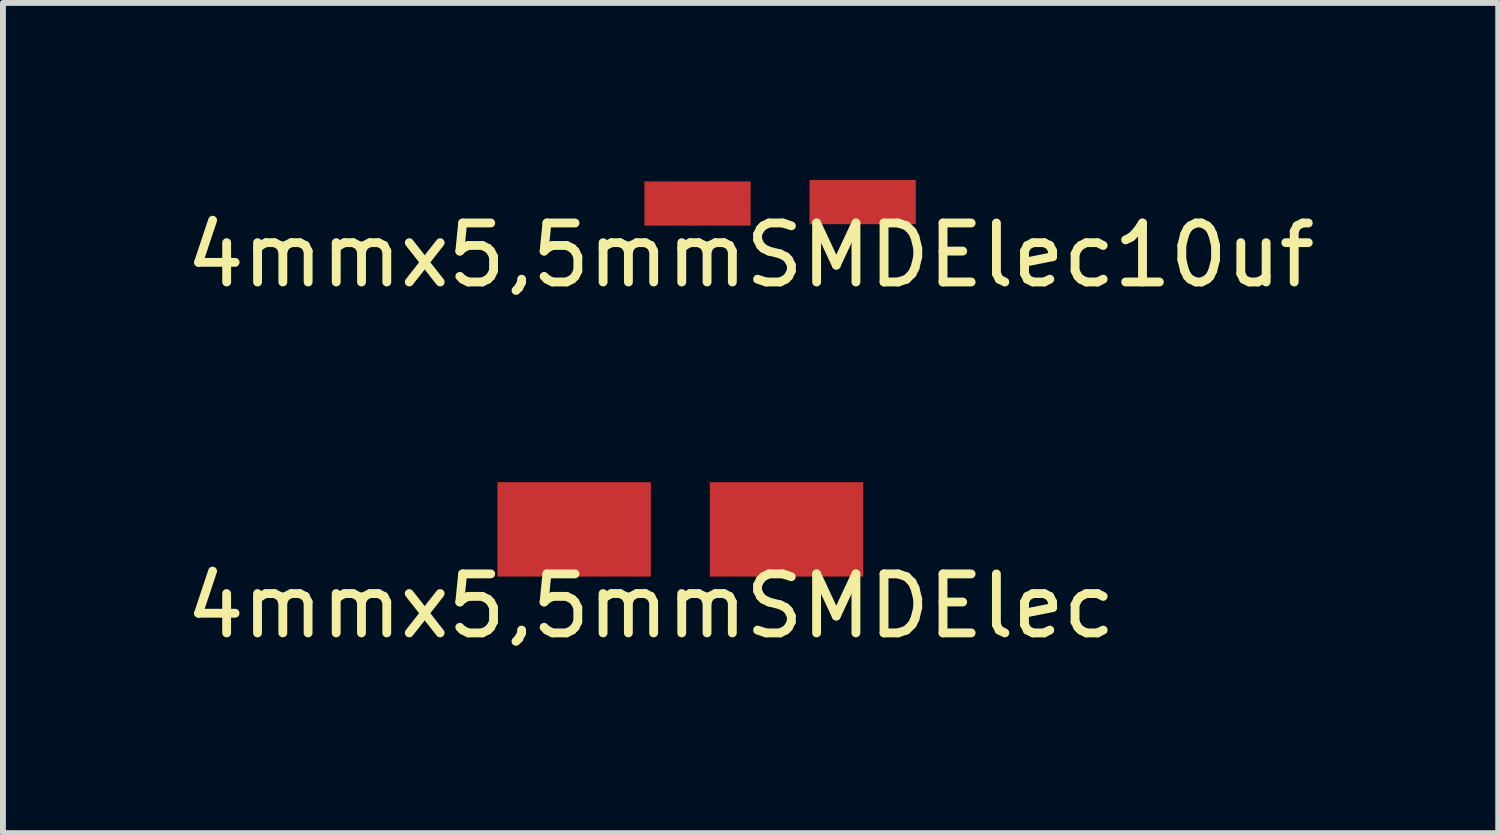
<source format=kicad_pcb>
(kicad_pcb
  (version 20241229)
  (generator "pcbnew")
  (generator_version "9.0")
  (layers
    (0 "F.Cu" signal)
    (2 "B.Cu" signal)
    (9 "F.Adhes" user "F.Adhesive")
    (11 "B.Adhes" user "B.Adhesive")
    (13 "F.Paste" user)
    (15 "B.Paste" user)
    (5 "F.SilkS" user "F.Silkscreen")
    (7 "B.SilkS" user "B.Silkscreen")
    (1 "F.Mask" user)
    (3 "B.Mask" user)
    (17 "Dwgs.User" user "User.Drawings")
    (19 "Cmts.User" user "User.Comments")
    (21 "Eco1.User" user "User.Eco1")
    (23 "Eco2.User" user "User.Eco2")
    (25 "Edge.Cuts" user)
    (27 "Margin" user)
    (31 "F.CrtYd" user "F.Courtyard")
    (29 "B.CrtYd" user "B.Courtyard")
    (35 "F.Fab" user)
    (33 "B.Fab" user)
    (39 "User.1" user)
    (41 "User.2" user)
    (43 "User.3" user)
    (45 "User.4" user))
  (footprint "4mmx5,5mmSMDElec"
    (layer "F.Cu")
    (at 7.982 6.723)
    (property "Reference" "4mmx5,5mmSMDElec" (at 0 0.5 0) (layer "F.SilkS") (effects (font (size 1 1) (thickness 0.15))))
    (attr through_hole)
    (pad "1" smd rect (at -1.3 -0.8) (size 2.6 1.6) (layers "F.Cu" "F.Mask" "F.Paste"))
    (pad "2" smd rect (at 2.3 -0.8) (size 2.6 1.6) (layers "F.Cu" "F.Mask" "F.Paste")))
  (footprint "4mmx5,5mmSMDElec10uf"
    (layer "F.Cu")
    (at 9.673 0.775)
    (property "Reference" "4mmx5,5mmSMDElec10uf" (at 0 0.5 0) (layer "F.SilkS") (effects (font (size 1 1) (thickness 0.15))))
    (attr through_hole)
    (pad "1" smd rect (at -0.9 -0.375) (size 1.8 0.75) (layers "F.Cu" "F.Mask" "F.Paste"))
    (pad "2" smd rect (at 1.9 -0.4) (size 1.8 0.75) (layers "F.Cu" "F.Mask" "F.Paste")))
  (gr_rect
    (start -3 -3)
    (end 22.345 11.072)
    (stroke (width 0.1) (type default))
    (fill no)
    (layer "Edge.Cuts")))
</source>
